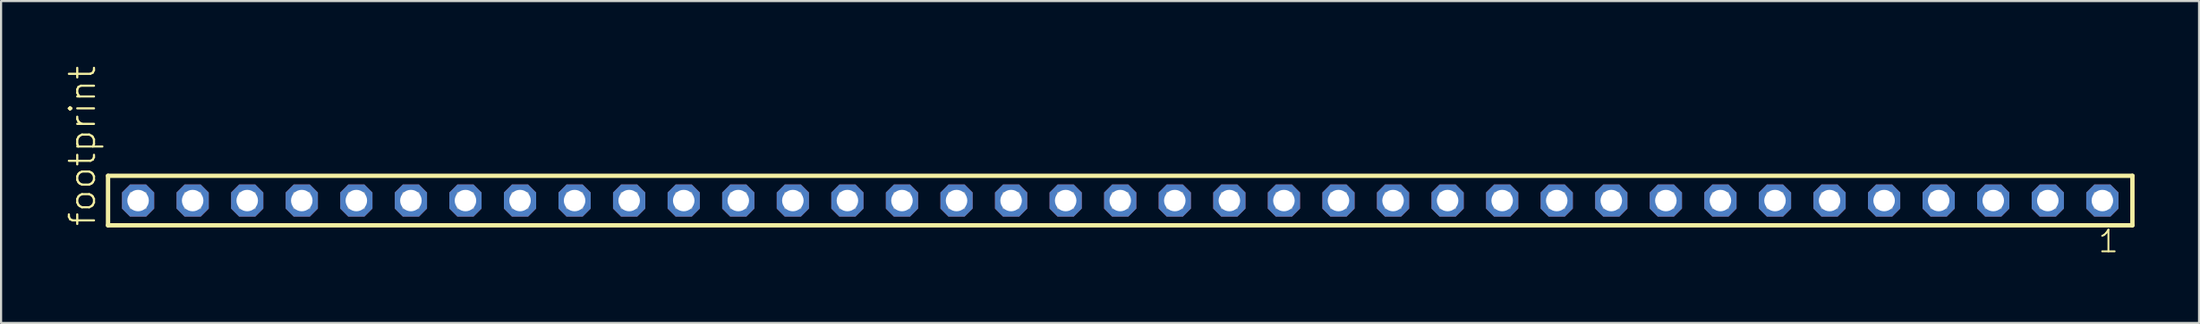
<source format=kicad_pcb>
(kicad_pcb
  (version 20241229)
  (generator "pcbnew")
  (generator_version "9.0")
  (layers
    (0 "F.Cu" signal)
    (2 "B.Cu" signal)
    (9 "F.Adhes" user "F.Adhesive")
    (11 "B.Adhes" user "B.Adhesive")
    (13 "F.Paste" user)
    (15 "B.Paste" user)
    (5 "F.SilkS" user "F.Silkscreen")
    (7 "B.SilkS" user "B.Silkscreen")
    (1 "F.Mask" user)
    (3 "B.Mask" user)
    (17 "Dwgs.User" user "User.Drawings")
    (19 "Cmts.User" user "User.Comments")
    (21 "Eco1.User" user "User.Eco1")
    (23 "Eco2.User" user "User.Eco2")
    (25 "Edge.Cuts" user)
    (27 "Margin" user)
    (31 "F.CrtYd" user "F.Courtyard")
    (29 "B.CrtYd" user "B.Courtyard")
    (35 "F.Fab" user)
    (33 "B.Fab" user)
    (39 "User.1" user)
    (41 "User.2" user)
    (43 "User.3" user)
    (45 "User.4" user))
  (footprint "footprint"
    (layer "F.Cu")
    (at 49.098 6.312)
    (property "Reference" "footprint" (at -47.625 1.27 90) (layer "F.SilkS") (effects (font (size 1.168 1.168) (thickness 0.102)) (justify left bottom)))
    (fp_line (start -47.119 -1.155) (end 47.119 -1.155) (stroke (width 0.203) (type solid)) (layer "F.SilkS"))
    (fp_line (start -47.119 1.155) (end -47.119 -1.155) (stroke (width 0.203) (type solid)) (layer "F.SilkS"))
    (fp_line (start 47.119 -1.155) (end 47.119 1.155) (stroke (width 0.203) (type solid)) (layer "F.SilkS"))
    (fp_line (start 47.119 1.155) (end -47.119 1.155) (stroke (width 0.203) (type solid)) (layer "F.SilkS"))
    (fp_poly (pts (xy -46.07 0.35) (xy -45.37 0.35) (xy -45.37 -0.35) (xy -46.07 -0.35)) (stroke (width 0.1) (type solid)) (fill no) (layer "F.Fab"))
    (fp_poly (pts (xy -43.53 0.35) (xy -42.83 0.35) (xy -42.83 -0.35) (xy -43.53 -0.35)) (stroke (width 0.1) (type solid)) (fill no) (layer "F.Fab"))
    (fp_poly (pts (xy -40.99 0.35) (xy -40.29 0.35) (xy -40.29 -0.35) (xy -40.99 -0.35)) (stroke (width 0.1) (type solid)) (fill no) (layer "F.Fab"))
    (fp_poly (pts (xy -38.45 0.35) (xy -37.75 0.35) (xy -37.75 -0.35) (xy -38.45 -0.35)) (stroke (width 0.1) (type solid)) (fill no) (layer "F.Fab"))
    (fp_poly (pts (xy -35.91 0.35) (xy -35.21 0.35) (xy -35.21 -0.35) (xy -35.91 -0.35)) (stroke (width 0.1) (type solid)) (fill no) (layer "F.Fab"))
    (fp_poly (pts (xy -33.37 0.35) (xy -32.67 0.35) (xy -32.67 -0.35) (xy -33.37 -0.35)) (stroke (width 0.1) (type solid)) (fill no) (layer "F.Fab"))
    (fp_poly (pts (xy -30.83 0.35) (xy -30.13 0.35) (xy -30.13 -0.35) (xy -30.83 -0.35)) (stroke (width 0.1) (type solid)) (fill no) (layer "F.Fab"))
    (fp_poly (pts (xy -28.29 0.35) (xy -27.59 0.35) (xy -27.59 -0.35) (xy -28.29 -0.35)) (stroke (width 0.1) (type solid)) (fill no) (layer "F.Fab"))
    (fp_poly (pts (xy -25.75 0.35) (xy -25.05 0.35) (xy -25.05 -0.35) (xy -25.75 -0.35)) (stroke (width 0.1) (type solid)) (fill no) (layer "F.Fab"))
    (fp_poly (pts (xy -23.21 0.35) (xy -22.51 0.35) (xy -22.51 -0.35) (xy -23.21 -0.35)) (stroke (width 0.1) (type solid)) (fill no) (layer "F.Fab"))
    (fp_poly (pts (xy -20.67 0.35) (xy -19.97 0.35) (xy -19.97 -0.35) (xy -20.67 -0.35)) (stroke (width 0.1) (type solid)) (fill no) (layer "F.Fab"))
    (fp_poly (pts (xy -18.13 0.35) (xy -17.43 0.35) (xy -17.43 -0.35) (xy -18.13 -0.35)) (stroke (width 0.1) (type solid)) (fill no) (layer "F.Fab"))
    (fp_poly (pts (xy -15.59 0.35) (xy -14.89 0.35) (xy -14.89 -0.35) (xy -15.59 -0.35)) (stroke (width 0.1) (type solid)) (fill no) (layer "F.Fab"))
    (fp_poly (pts (xy -13.05 0.35) (xy -12.35 0.35) (xy -12.35 -0.35) (xy -13.05 -0.35)) (stroke (width 0.1) (type solid)) (fill no) (layer "F.Fab"))
    (fp_poly (pts (xy -10.51 0.35) (xy -9.81 0.35) (xy -9.81 -0.35) (xy -10.51 -0.35)) (stroke (width 0.1) (type solid)) (fill no) (layer "F.Fab"))
    (fp_poly (pts (xy -7.97 0.35) (xy -7.27 0.35) (xy -7.27 -0.35) (xy -7.97 -0.35)) (stroke (width 0.1) (type solid)) (fill no) (layer "F.Fab"))
    (fp_poly (pts (xy -5.43 0.35) (xy -4.73 0.35) (xy -4.73 -0.35) (xy -5.43 -0.35)) (stroke (width 0.1) (type solid)) (fill no) (layer "F.Fab"))
    (fp_poly (pts (xy -2.89 0.35) (xy -2.19 0.35) (xy -2.19 -0.35) (xy -2.89 -0.35)) (stroke (width 0.1) (type solid)) (fill no) (layer "F.Fab"))
    (fp_poly (pts (xy -0.35 0.35) (xy 0.35 0.35) (xy 0.35 -0.35) (xy -0.35 -0.35)) (stroke (width 0.1) (type solid)) (fill no) (layer "F.Fab"))
    (fp_poly (pts (xy 2.19 0.35) (xy 2.89 0.35) (xy 2.89 -0.35) (xy 2.19 -0.35)) (stroke (width 0.1) (type solid)) (fill no) (layer "F.Fab"))
    (fp_poly (pts (xy 4.73 0.35) (xy 5.43 0.35) (xy 5.43 -0.35) (xy 4.73 -0.35)) (stroke (width 0.1) (type solid)) (fill no) (layer "F.Fab"))
    (fp_poly (pts (xy 7.27 0.35) (xy 7.97 0.35) (xy 7.97 -0.35) (xy 7.27 -0.35)) (stroke (width 0.1) (type solid)) (fill no) (layer "F.Fab"))
    (fp_poly (pts (xy 9.81 0.35) (xy 10.51 0.35) (xy 10.51 -0.35) (xy 9.81 -0.35)) (stroke (width 0.1) (type solid)) (fill no) (layer "F.Fab"))
    (fp_poly (pts (xy 12.35 0.35) (xy 13.05 0.35) (xy 13.05 -0.35) (xy 12.35 -0.35)) (stroke (width 0.1) (type solid)) (fill no) (layer "F.Fab"))
    (fp_poly (pts (xy 14.89 0.35) (xy 15.59 0.35) (xy 15.59 -0.35) (xy 14.89 -0.35)) (stroke (width 0.1) (type solid)) (fill no) (layer "F.Fab"))
    (fp_poly (pts (xy 17.43 0.35) (xy 18.13 0.35) (xy 18.13 -0.35) (xy 17.43 -0.35)) (stroke (width 0.1) (type solid)) (fill no) (layer "F.Fab"))
    (fp_poly (pts (xy 19.97 0.35) (xy 20.67 0.35) (xy 20.67 -0.35) (xy 19.97 -0.35)) (stroke (width 0.1) (type solid)) (fill no) (layer "F.Fab"))
    (fp_poly (pts (xy 22.51 0.35) (xy 23.21 0.35) (xy 23.21 -0.35) (xy 22.51 -0.35)) (stroke (width 0.1) (type solid)) (fill no) (layer "F.Fab"))
    (fp_poly (pts (xy 25.05 0.35) (xy 25.75 0.35) (xy 25.75 -0.35) (xy 25.05 -0.35)) (stroke (width 0.1) (type solid)) (fill no) (layer "F.Fab"))
    (fp_poly (pts (xy 27.59 0.35) (xy 28.29 0.35) (xy 28.29 -0.35) (xy 27.59 -0.35)) (stroke (width 0.1) (type solid)) (fill no) (layer "F.Fab"))
    (fp_poly (pts (xy 30.13 0.35) (xy 30.83 0.35) (xy 30.83 -0.35) (xy 30.13 -0.35)) (stroke (width 0.1) (type solid)) (fill no) (layer "F.Fab"))
    (fp_poly (pts (xy 32.67 0.35) (xy 33.37 0.35) (xy 33.37 -0.35) (xy 32.67 -0.35)) (stroke (width 0.1) (type solid)) (fill no) (layer "F.Fab"))
    (fp_poly (pts (xy 35.21 0.35) (xy 35.91 0.35) (xy 35.91 -0.35) (xy 35.21 -0.35)) (stroke (width 0.1) (type solid)) (fill no) (layer "F.Fab"))
    (fp_poly (pts (xy 37.75 0.35) (xy 38.45 0.35) (xy 38.45 -0.35) (xy 37.75 -0.35)) (stroke (width 0.1) (type solid)) (fill no) (layer "F.Fab"))
    (fp_poly (pts (xy 40.29 0.35) (xy 40.99 0.35) (xy 40.99 -0.35) (xy 40.29 -0.35)) (stroke (width 0.1) (type solid)) (fill no) (layer "F.Fab"))
    (fp_poly (pts (xy 42.83 0.35) (xy 43.53 0.35) (xy 43.53 -0.35) (xy 42.83 -0.35)) (stroke (width 0.1) (type solid)) (fill no) (layer "F.Fab"))
    (fp_poly (pts (xy 45.37 0.35) (xy 46.07 0.35) (xy 46.07 -0.35) (xy 45.37 -0.35)) (stroke (width 0.1) (type solid)) (fill no) (layer "F.Fab"))
    (fp_text user "1" (at 45.462 2.498 0) (layer "F.SilkS") (effects (font (size 1.012 1.012) (thickness 0.088)) (justify left bottom)))
    (pad "1" thru_hole roundrect (at 45.72 0 180) (size 1.5 1.5) (drill 1) (layers "*.Cu" "*.Mask") (roundrect_rratio 0.25) (chamfer_ratio 0.25) (chamfer top_left top_right bottom_left bottom_right))
    (pad "2" thru_hole roundrect (at 43.18 0 180) (size 1.5 1.5) (drill 1) (layers "*.Cu" "*.Mask") (roundrect_rratio 0.25) (chamfer_ratio 0.25) (chamfer top_left top_right bottom_left bottom_right))
    (pad "3" thru_hole roundrect (at 40.64 0 180) (size 1.5 1.5) (drill 1) (layers "*.Cu" "*.Mask") (roundrect_rratio 0.25) (chamfer_ratio 0.25) (chamfer top_left top_right bottom_left bottom_right))
    (pad "4" thru_hole roundrect (at 38.1 0 180) (size 1.5 1.5) (drill 1) (layers "*.Cu" "*.Mask") (roundrect_rratio 0.25) (chamfer_ratio 0.25) (chamfer top_left top_right bottom_left bottom_right))
    (pad "5" thru_hole roundrect (at 35.56 0 180) (size 1.5 1.5) (drill 1) (layers "*.Cu" "*.Mask") (roundrect_rratio 0.25) (chamfer_ratio 0.25) (chamfer top_left top_right bottom_left bottom_right))
    (pad "6" thru_hole roundrect (at 33.02 0 180) (size 1.5 1.5) (drill 1) (layers "*.Cu" "*.Mask") (roundrect_rratio 0.25) (chamfer_ratio 0.25) (chamfer top_left top_right bottom_left bottom_right))
    (pad "7" thru_hole roundrect (at 30.48 0 180) (size 1.5 1.5) (drill 1) (layers "*.Cu" "*.Mask") (roundrect_rratio 0.25) (chamfer_ratio 0.25) (chamfer top_left top_right bottom_left bottom_right))
    (pad "8" thru_hole roundrect (at 27.94 0 180) (size 1.5 1.5) (drill 1) (layers "*.Cu" "*.Mask") (roundrect_rratio 0.25) (chamfer_ratio 0.25) (chamfer top_left top_right bottom_left bottom_right))
    (pad "9" thru_hole roundrect (at 25.4 0 180) (size 1.5 1.5) (drill 1) (layers "*.Cu" "*.Mask") (roundrect_rratio 0.25) (chamfer_ratio 0.25) (chamfer top_left top_right bottom_left bottom_right))
    (pad "10" thru_hole roundrect (at 22.86 0 180) (size 1.5 1.5) (drill 1) (layers "*.Cu" "*.Mask") (roundrect_rratio 0.25) (chamfer_ratio 0.25) (chamfer top_left top_right bottom_left bottom_right))
    (pad "11" thru_hole roundrect (at 20.32 0 180) (size 1.5 1.5) (drill 1) (layers "*.Cu" "*.Mask") (roundrect_rratio 0.25) (chamfer_ratio 0.25) (chamfer top_left top_right bottom_left bottom_right))
    (pad "12" thru_hole roundrect (at 17.78 0 180) (size 1.5 1.5) (drill 1) (layers "*.Cu" "*.Mask") (roundrect_rratio 0.25) (chamfer_ratio 0.25) (chamfer top_left top_right bottom_left bottom_right))
    (pad "13" thru_hole roundrect (at 15.24 0 180) (size 1.5 1.5) (drill 1) (layers "*.Cu" "*.Mask") (roundrect_rratio 0.25) (chamfer_ratio 0.25) (chamfer top_left top_right bottom_left bottom_right))
    (pad "14" thru_hole roundrect (at 12.7 0 180) (size 1.5 1.5) (drill 1) (layers "*.Cu" "*.Mask") (roundrect_rratio 0.25) (chamfer_ratio 0.25) (chamfer top_left top_right bottom_left bottom_right))
    (pad "15" thru_hole roundrect (at 10.16 0 180) (size 1.5 1.5) (drill 1) (layers "*.Cu" "*.Mask") (roundrect_rratio 0.25) (chamfer_ratio 0.25) (chamfer top_left top_right bottom_left bottom_right))
    (pad "16" thru_hole roundrect (at 7.62 0 180) (size 1.5 1.5) (drill 1) (layers "*.Cu" "*.Mask") (roundrect_rratio 0.25) (chamfer_ratio 0.25) (chamfer top_left top_right bottom_left bottom_right))
    (pad "17" thru_hole roundrect (at 5.08 0 180) (size 1.5 1.5) (drill 1) (layers "*.Cu" "*.Mask") (roundrect_rratio 0.25) (chamfer_ratio 0.25) (chamfer top_left top_right bottom_left bottom_right))
    (pad "18" thru_hole roundrect (at 2.54 0 180) (size 1.5 1.5) (drill 1) (layers "*.Cu" "*.Mask") (roundrect_rratio 0.25) (chamfer_ratio 0.25) (chamfer top_left top_right bottom_left bottom_right))
    (pad "19" thru_hole roundrect (at 0 0 180) (size 1.5 1.5) (drill 1) (layers "*.Cu" "*.Mask") (roundrect_rratio 0.25) (chamfer_ratio 0.25) (chamfer top_left top_right bottom_left bottom_right))
    (pad "20" thru_hole roundrect (at -2.54 0 180) (size 1.5 1.5) (drill 1) (layers "*.Cu" "*.Mask") (roundrect_rratio 0.25) (chamfer_ratio 0.25) (chamfer top_left top_right bottom_left bottom_right))
    (pad "21" thru_hole roundrect (at -5.08 0 180) (size 1.5 1.5) (drill 1) (layers "*.Cu" "*.Mask") (roundrect_rratio 0.25) (chamfer_ratio 0.25) (chamfer top_left top_right bottom_left bottom_right))
    (pad "22" thru_hole roundrect (at -7.62 0 180) (size 1.5 1.5) (drill 1) (layers "*.Cu" "*.Mask") (roundrect_rratio 0.25) (chamfer_ratio 0.25) (chamfer top_left top_right bottom_left bottom_right))
    (pad "23" thru_hole roundrect (at -10.16 0 180) (size 1.5 1.5) (drill 1) (layers "*.Cu" "*.Mask") (roundrect_rratio 0.25) (chamfer_ratio 0.25) (chamfer top_left top_right bottom_left bottom_right))
    (pad "24" thru_hole roundrect (at -12.7 0 180) (size 1.5 1.5) (drill 1) (layers "*.Cu" "*.Mask") (roundrect_rratio 0.25) (chamfer_ratio 0.25) (chamfer top_left top_right bottom_left bottom_right))
    (pad "25" thru_hole roundrect (at -15.24 0 180) (size 1.5 1.5) (drill 1) (layers "*.Cu" "*.Mask") (roundrect_rratio 0.25) (chamfer_ratio 0.25) (chamfer top_left top_right bottom_left bottom_right))
    (pad "26" thru_hole roundrect (at -17.78 0 180) (size 1.5 1.5) (drill 1) (layers "*.Cu" "*.Mask") (roundrect_rratio 0.25) (chamfer_ratio 0.25) (chamfer top_left top_right bottom_left bottom_right))
    (pad "27" thru_hole roundrect (at -20.32 0 180) (size 1.5 1.5) (drill 1) (layers "*.Cu" "*.Mask") (roundrect_rratio 0.25) (chamfer_ratio 0.25) (chamfer top_left top_right bottom_left bottom_right))
    (pad "28" thru_hole roundrect (at -22.86 0 180) (size 1.5 1.5) (drill 1) (layers "*.Cu" "*.Mask") (roundrect_rratio 0.25) (chamfer_ratio 0.25) (chamfer top_left top_right bottom_left bottom_right))
    (pad "29" thru_hole roundrect (at -25.4 0 180) (size 1.5 1.5) (drill 1) (layers "*.Cu" "*.Mask") (roundrect_rratio 0.25) (chamfer_ratio 0.25) (chamfer top_left top_right bottom_left bottom_right))
    (pad "30" thru_hole roundrect (at -27.94 0 180) (size 1.5 1.5) (drill 1) (layers "*.Cu" "*.Mask") (roundrect_rratio 0.25) (chamfer_ratio 0.25) (chamfer top_left top_right bottom_left bottom_right))
    (pad "31" thru_hole roundrect (at -30.48 0 180) (size 1.5 1.5) (drill 1) (layers "*.Cu" "*.Mask") (roundrect_rratio 0.25) (chamfer_ratio 0.25) (chamfer top_left top_right bottom_left bottom_right))
    (pad "32" thru_hole roundrect (at -33.02 0 180) (size 1.5 1.5) (drill 1) (layers "*.Cu" "*.Mask") (roundrect_rratio 0.25) (chamfer_ratio 0.25) (chamfer top_left top_right bottom_left bottom_right))
    (pad "33" thru_hole roundrect (at -35.56 0 180) (size 1.5 1.5) (drill 1) (layers "*.Cu" "*.Mask") (roundrect_rratio 0.25) (chamfer_ratio 0.25) (chamfer top_left top_right bottom_left bottom_right))
    (pad "34" thru_hole roundrect (at -38.1 0 180) (size 1.5 1.5) (drill 1) (layers "*.Cu" "*.Mask") (roundrect_rratio 0.25) (chamfer_ratio 0.25) (chamfer top_left top_right bottom_left bottom_right))
    (pad "35" thru_hole roundrect (at -40.64 0 180) (size 1.5 1.5) (drill 1) (layers "*.Cu" "*.Mask") (roundrect_rratio 0.25) (chamfer_ratio 0.25) (chamfer top_left top_right bottom_left bottom_right))
    (pad "36" thru_hole roundrect (at -43.18 0 180) (size 1.5 1.5) (drill 1) (layers "*.Cu" "*.Mask") (roundrect_rratio 0.25) (chamfer_ratio 0.25) (chamfer top_left top_right bottom_left bottom_right))
    (pad "37" thru_hole roundrect (at -45.72 0 180) (size 1.5 1.5) (drill 1) (layers "*.Cu" "*.Mask") (roundrect_rratio 0.25) (chamfer_ratio 0.25) (chamfer top_left top_right bottom_left bottom_right)))
  (gr_rect
    (start -3 -3)
    (end 99.319 12.027)
    (stroke (width 0.1) (type default))
    (fill no)
    (layer "Edge.Cuts")))
</source>
